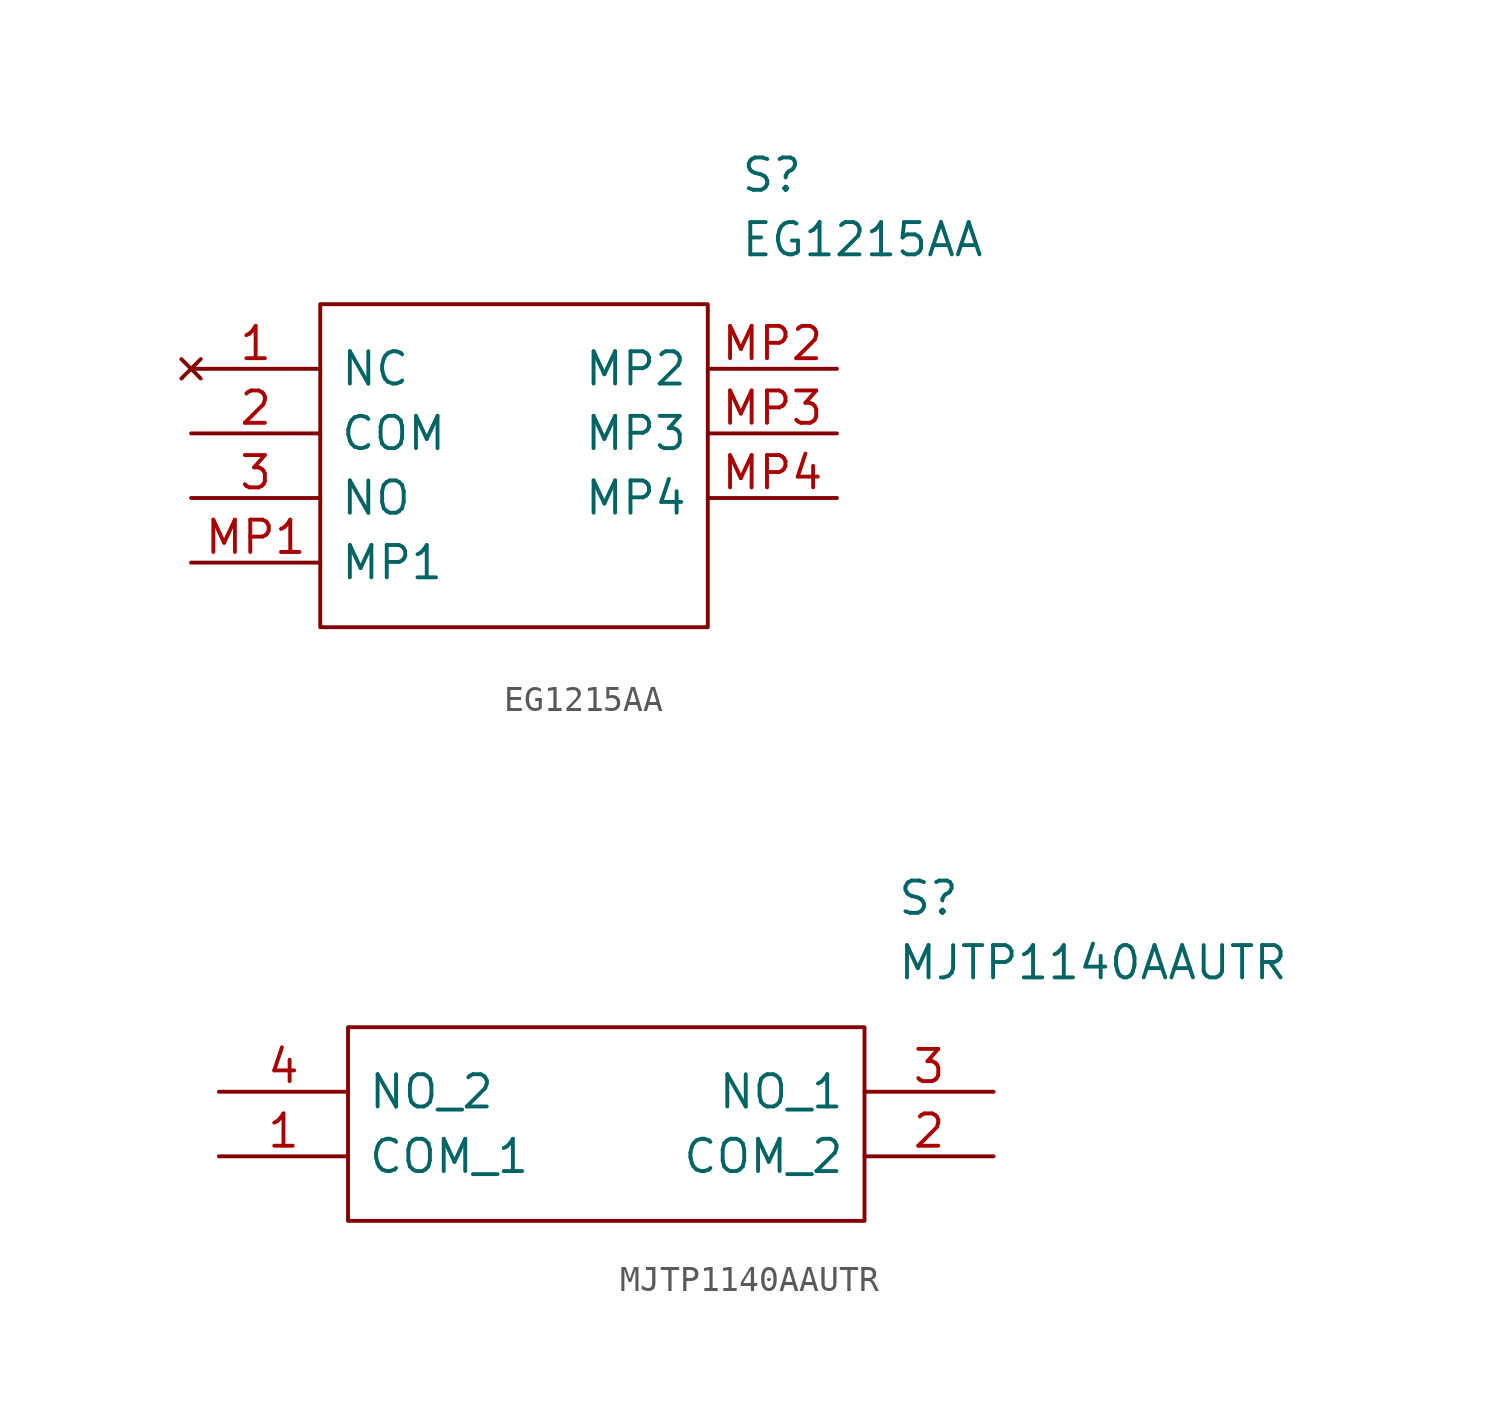
<source format=kicad_sym>
(kicad_symbol_lib
  (version 20220914)
  (generator kicad_symbol_editor)
  (symbol "EG1215AA"
    (pin_names
      (offset 0.762))
    (property "Reference" "S"
      (at 21.59 7.62 0)
      (effects (font (size 1.27 1.27)) (justify left)))
    (property "Value" "EG1215AA"
      (at 21.59 5.08 0)
      (effects (font (size 1.27 1.27)) (justify left)))
    (symbol "EG1215AA_0_0"
      (pin no_connect line (at 0 0 0) (length 5.08) (name "NC" (effects (font (size 1.27 1.27)))) (number "1" (effects (font (size 1.27 1.27)))))
      (pin passive line (at 0 -2.54 0) (length 5.08) (name "COM" (effects (font (size 1.27 1.27)))) (number "2" (effects (font (size 1.27 1.27)))))
      (pin passive line (at 0 -5.08 0) (length 5.08) (name "NO" (effects (font (size 1.27 1.27)))) (number "3" (effects (font (size 1.27 1.27)))))
      (pin passive line (at 0 -7.62 0) (length 5.08) (name "MP1" (effects (font (size 1.27 1.27)))) (number "MP1" (effects (font (size 1.27 1.27)))))
      (pin passive line (at 25.4 0 180) (length 5.08) (name "MP2" (effects (font (size 1.27 1.27)))) (number "MP2" (effects (font (size 1.27 1.27)))))
      (pin passive line (at 25.4 -2.54 180) (length 5.08) (name "MP3" (effects (font (size 1.27 1.27)))) (number "MP3" (effects (font (size 1.27 1.27)))))
      (pin passive line (at 25.4 -5.08 180) (length 5.08) (name "MP4" (effects (font (size 1.27 1.27)))) (number "MP4" (effects (font (size 1.27 1.27))))))
    (symbol "EG1215AA_0_1"
      (polyline (pts (xy 5.08 2.54) (xy 20.32 2.54) (xy 20.32 -10.16) (xy 5.08 -10.16) (xy 5.08 2.54)) (stroke (width 0.152) (type default)) (fill (type none)))))
  (symbol "MJTP1140AAUTR"
    (pin_names
      (offset 0.762))
    (property "Reference" "S"
      (at 26.67 7.62 0)
      (effects (font (size 1.27 1.27)) (justify left)))
    (property "Value" "MJTP1140AAUTR"
      (at 26.67 5.08 0)
      (effects (font (size 1.27 1.27)) (justify left)))
    (symbol "MJTP1140AAUTR_0_0"
      (pin passive line (at 0 -2.54 0) (length 5.08) (name "COM_1" (effects (font (size 1.27 1.27)))) (number "1" (effects (font (size 1.27 1.27)))))
      (pin passive line (at 30.48 -2.54 180) (length 5.08) (name "COM_2" (effects (font (size 1.27 1.27)))) (number "2" (effects (font (size 1.27 1.27)))))
      (pin passive line (at 30.48 0 180) (length 5.08) (name "NO_1" (effects (font (size 1.27 1.27)))) (number "3" (effects (font (size 1.27 1.27)))))
      (pin passive line (at 0 0 0) (length 5.08) (name "NO_2" (effects (font (size 1.27 1.27)))) (number "4" (effects (font (size 1.27 1.27))))))
    (symbol "MJTP1140AAUTR_0_1"
      (polyline (pts (xy 5.08 2.54) (xy 25.4 2.54) (xy 25.4 -5.08) (xy 5.08 -5.08) (xy 5.08 2.54)) (stroke (width 0.152) (type default)) (fill (type none))))))
</source>
